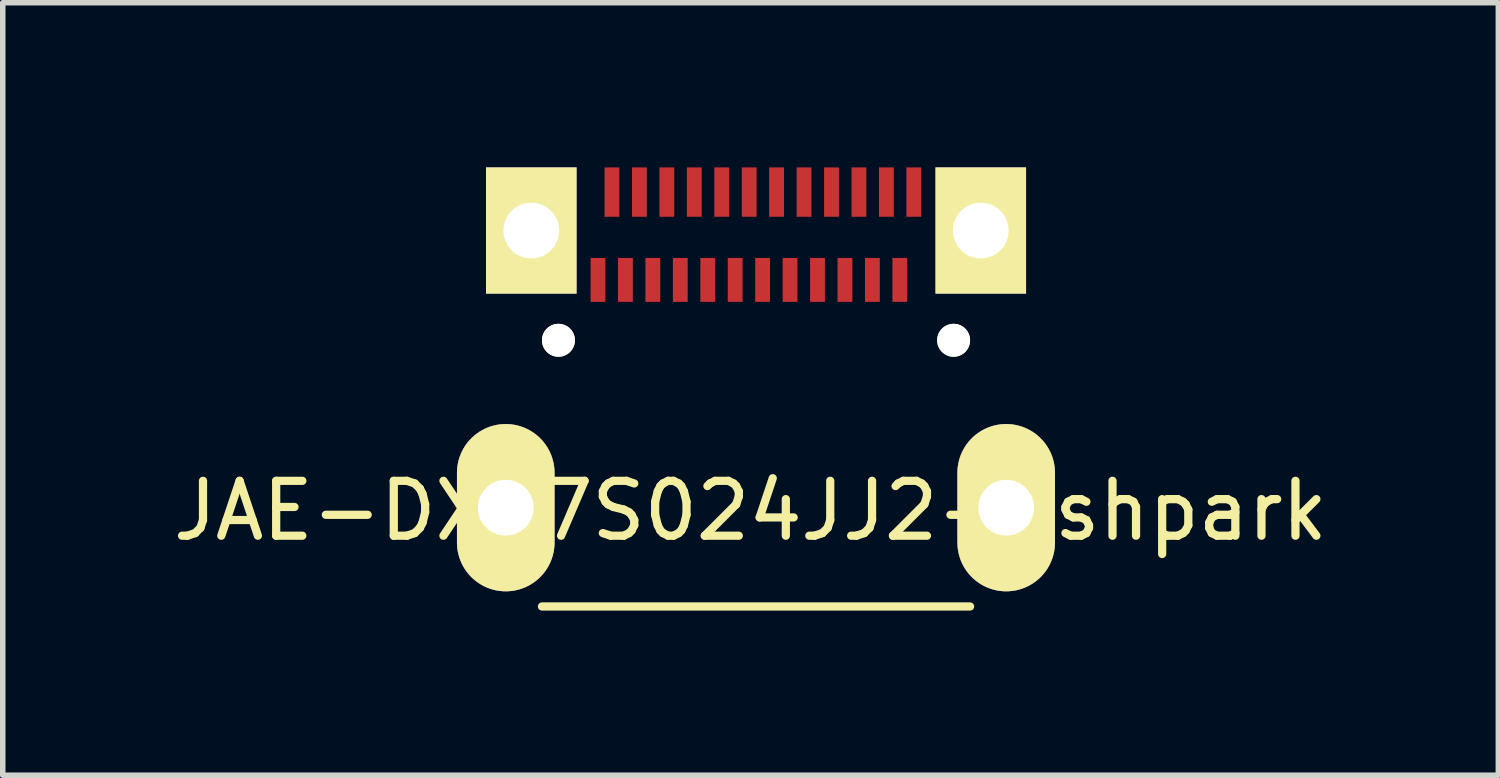
<source format=kicad_pcb>
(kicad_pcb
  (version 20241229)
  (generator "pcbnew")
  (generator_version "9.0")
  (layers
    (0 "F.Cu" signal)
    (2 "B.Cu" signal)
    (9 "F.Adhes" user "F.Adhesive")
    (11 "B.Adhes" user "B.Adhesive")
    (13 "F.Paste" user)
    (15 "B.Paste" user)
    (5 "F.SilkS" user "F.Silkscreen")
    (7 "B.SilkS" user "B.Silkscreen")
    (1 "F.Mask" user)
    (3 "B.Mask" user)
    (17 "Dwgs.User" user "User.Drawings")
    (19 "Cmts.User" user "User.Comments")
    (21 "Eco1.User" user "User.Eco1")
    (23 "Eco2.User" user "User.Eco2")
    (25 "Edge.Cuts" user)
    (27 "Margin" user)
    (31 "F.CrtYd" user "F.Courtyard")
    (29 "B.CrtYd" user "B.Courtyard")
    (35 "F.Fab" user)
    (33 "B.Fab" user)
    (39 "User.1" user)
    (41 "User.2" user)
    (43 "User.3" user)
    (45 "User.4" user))
  (footprint "JAE-DX07S024JJ2-oshpark"
    (layer "F.Cu")
    (at 7.125 3.15)
    (property "Reference" "JAE-DX07S024JJ2-oshpark" (at 3.5 3.106 0) (layer "F.SilkS") (effects (font (size 1 1) (thickness 0.15))))
    (attr through_hole)
    (fp_line (start -0.3 4.85) (end 7.5 4.85) (stroke (width 0.15) (type solid)) (layer "F.SilkS"))
    (pad "" thru_hole oval (at -0.96 3.05) (size 1.778 3.048) (drill 1.016) (layers "*.Cu" "*.Mask" "F.SilkS"))
    (pad "" thru_hole rect (at -0.495 -2) (size 1.65 2.3) (drill 1.016) (layers "*.Cu" "*.Mask" "F.SilkS"))
    (pad "" np_thru_hole circle (at 0 0) (size 0.6 0.6) (drill 0.6) (layers "*.Cu" "*.Mask" "F.SilkS"))
    (pad "" np_thru_hole oval (at 7.2 0) (size 0.6 0.6) (drill 0.6) (layers "*.Cu" "*.Mask" "F.SilkS"))
    (pad "" thru_hole rect (at 7.695 -2) (size 1.65 2.3) (drill 1.016) (layers "*.Cu" "*.Mask" "F.SilkS"))
    (pad "" thru_hole oval (at 8.158 3.05) (size 1.778 3.048) (drill 1.016) (layers "*.Cu" "*.Mask" "F.SilkS"))
    (pad "A1" smd rect (at 0.975 -2.7) (size 0.27 0.9) (layers "F.Cu" "F.Mask" "F.Paste"))
    (pad "A2" smd rect (at 1.475 -2.7) (size 0.27 0.9) (layers "F.Cu" "F.Mask" "F.Paste"))
    (pad "A3" smd rect (at 1.975 -2.7) (size 0.27 0.9) (layers "F.Cu" "F.Mask" "F.Paste"))
    (pad "A4" smd rect (at 2.475 -2.7) (size 0.27 0.9) (layers "F.Cu" "F.Mask" "F.Paste"))
    (pad "A5" smd rect (at 2.975 -2.7) (size 0.27 0.9) (layers "F.Cu" "F.Mask" "F.Paste"))
    (pad "A6" smd rect (at 3.475 -2.7) (size 0.27 0.9) (layers "F.Cu" "F.Mask" "F.Paste"))
    (pad "A7" smd rect (at 3.975 -2.7) (size 0.27 0.9) (layers "F.Cu" "F.Mask" "F.Paste"))
    (pad "A8" smd rect (at 4.475 -2.7) (size 0.27 0.9) (layers "F.Cu" "F.Mask" "F.Paste"))
    (pad "A9" smd rect (at 4.975 -2.7) (size 0.27 0.9) (layers "F.Cu" "F.Mask" "F.Paste"))
    (pad "A10" smd rect (at 5.475 -2.7) (size 0.27 0.9) (layers "F.Cu" "F.Mask" "F.Paste"))
    (pad "A11" smd rect (at 5.975 -2.7) (size 0.27 0.9) (layers "F.Cu" "F.Mask" "F.Paste"))
    (pad "A12" smd rect (at 6.475 -2.7) (size 0.27 0.9) (layers "F.Cu" "F.Mask" "F.Paste"))
    (pad "B1" smd rect (at 6.22 -1.1) (size 0.27 0.8) (layers "F.Cu" "F.Mask" "F.Paste"))
    (pad "B2" smd rect (at 5.72 -1.1) (size 0.27 0.8) (layers "F.Cu" "F.Mask" "F.Paste"))
    (pad "B3" smd rect (at 5.22 -1.1) (size 0.27 0.8) (layers "F.Cu" "F.Mask" "F.Paste"))
    (pad "B4" smd rect (at 4.72 -1.1) (size 0.27 0.8) (layers "F.Cu" "F.Mask" "F.Paste"))
    (pad "B5" smd rect (at 4.22 -1.1) (size 0.27 0.8) (layers "F.Cu" "F.Mask" "F.Paste"))
    (pad "B6" smd rect (at 3.72 -1.1) (size 0.27 0.8) (layers "F.Cu" "F.Mask" "F.Paste"))
    (pad "B7" smd rect (at 3.22 -1.1) (size 0.27 0.8) (layers "F.Cu" "F.Mask" "F.Paste"))
    (pad "B8" smd rect (at 2.72 -1.1) (size 0.27 0.8) (layers "F.Cu" "F.Mask" "F.Paste"))
    (pad "B9" smd rect (at 2.22 -1.1) (size 0.27 0.8) (layers "F.Cu" "F.Mask" "F.Paste"))
    (pad "B10" smd rect (at 1.72 -1.1) (size 0.27 0.8) (layers "F.Cu" "F.Mask" "F.Paste"))
    (pad "B11" smd rect (at 1.22 -1.1) (size 0.27 0.8) (layers "F.Cu" "F.Mask" "F.Paste"))
    (pad "B12" smd rect (at 0.72 -1.1) (size 0.27 0.8) (layers "F.Cu" "F.Mask" "F.Paste")))
  (gr_rect
    (start -3 -3)
    (end 24.25 11.075)
    (stroke (width 0.1) (type default))
    (fill no)
    (layer "Edge.Cuts")))
</source>
